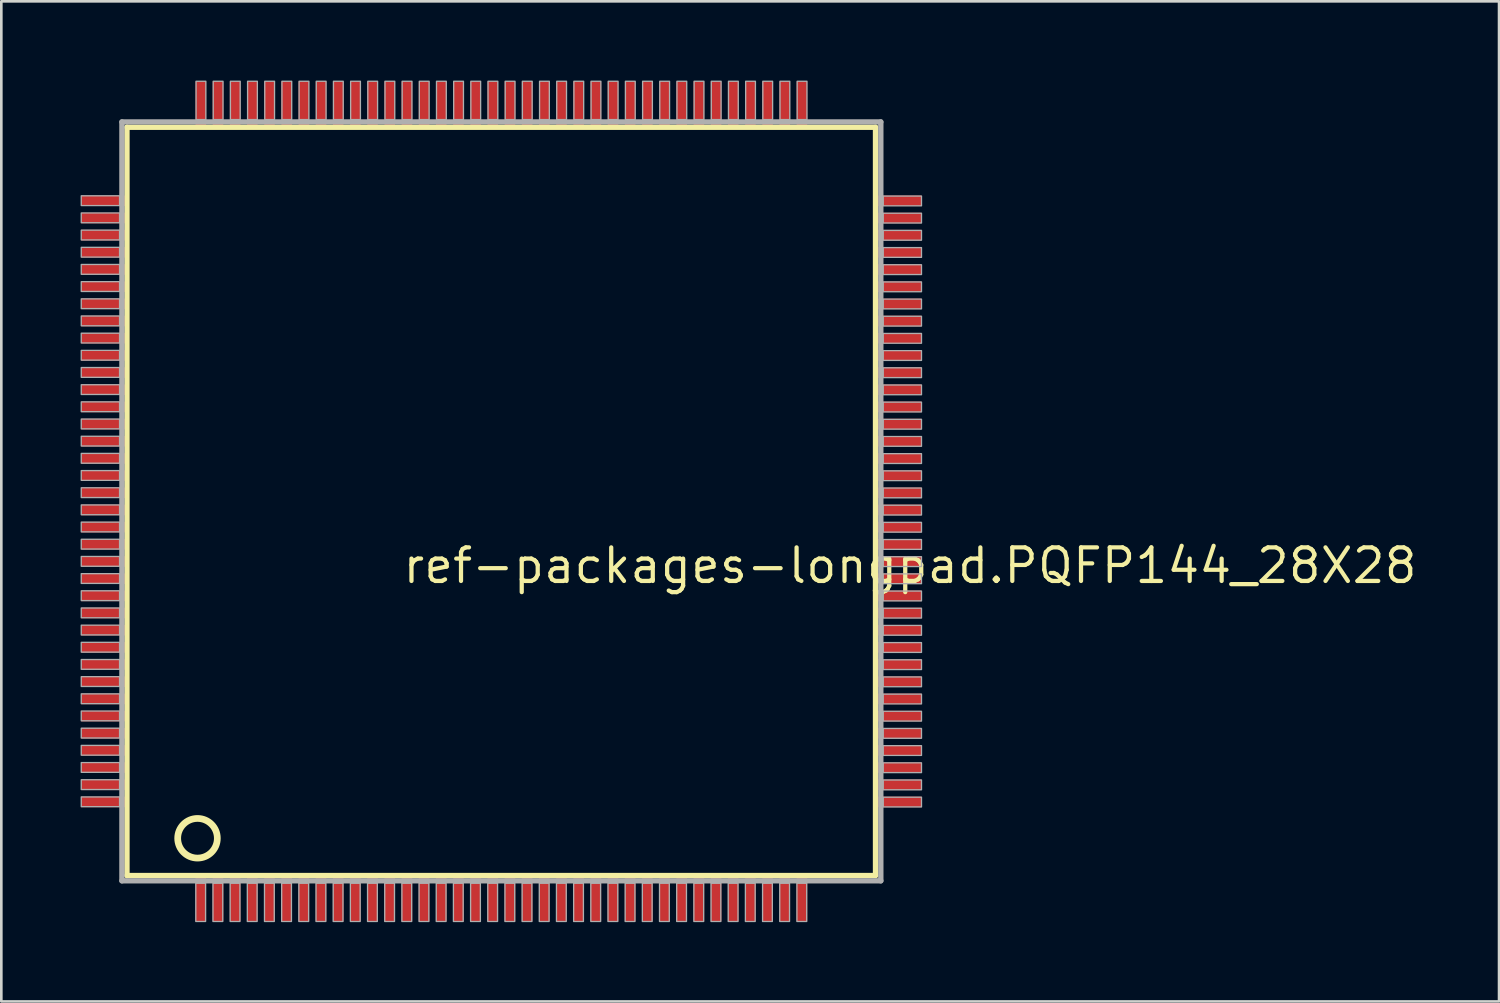
<source format=kicad_pcb>
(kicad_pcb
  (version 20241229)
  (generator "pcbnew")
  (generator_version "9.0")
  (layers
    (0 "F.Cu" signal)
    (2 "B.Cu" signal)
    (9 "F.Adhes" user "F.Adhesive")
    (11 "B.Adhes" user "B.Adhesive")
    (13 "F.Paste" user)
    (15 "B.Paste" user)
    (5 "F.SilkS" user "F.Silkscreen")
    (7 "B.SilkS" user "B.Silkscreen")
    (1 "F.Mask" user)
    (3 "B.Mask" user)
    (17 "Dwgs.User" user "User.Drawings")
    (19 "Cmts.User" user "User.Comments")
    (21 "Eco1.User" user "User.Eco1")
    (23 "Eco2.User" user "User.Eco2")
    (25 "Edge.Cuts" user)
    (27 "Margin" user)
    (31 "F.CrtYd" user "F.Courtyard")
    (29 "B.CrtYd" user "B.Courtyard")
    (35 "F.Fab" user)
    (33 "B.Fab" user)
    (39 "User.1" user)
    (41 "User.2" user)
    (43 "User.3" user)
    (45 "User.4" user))
  (footprint "ref-packages-longpad.PQFP144_28X28"
    (layer "F.Cu")
    (at 15.925 15.925)
    (property "Reference" "ref-packages-longpad.PQFP144_28X28" (at -3.81 3.175 0) (layer "F.SilkS") (effects (font (size 1.27 1.27) (thickness 0.16)) (justify left bottom)))
    (attr smd)
    (fp_line (start -14.17 -14.16) (end 14.16 -14.16) (stroke (width 0.203) (type default)) (layer "F.SilkS"))
    (fp_line (start -14.17 14.16) (end -14.17 -14.16) (stroke (width 0.203) (type default)) (layer "F.SilkS"))
    (fp_line (start 14.16 -14.16) (end 14.16 14.16) (stroke (width 0.203) (type default)) (layer "F.SilkS"))
    (fp_line (start 14.16 14.16) (end -14.17 14.16) (stroke (width 0.203) (type default)) (layer "F.SilkS"))
    (fp_circle (center -11.5 12.75) (end -10.75 12.75) (stroke (width 0.254) (type default)) (fill no) (layer "F.SilkS"))
    (fp_line (start -14.36 -14.36) (end -14.36 14.36) (stroke (width 0.203) (type default)) (layer "F.Fab"))
    (fp_line (start -14.36 14.36) (end 14.36 14.36) (stroke (width 0.203) (type default)) (layer "F.Fab"))
    (fp_line (start 14.36 -14.36) (end -14.36 -14.36) (stroke (width 0.203) (type default)) (layer "F.Fab"))
    (fp_line (start 14.36 14.36) (end 14.36 -14.36) (stroke (width 0.203) (type default)) (layer "F.Fab"))
    (fp_rect (start -15.9 -11.195) (end -14.45 -11.565) (stroke (width 0.05) (type default)) (fill no) (layer "F.Fab"))
    (fp_rect (start -15.9 -10.545) (end -14.45 -10.915) (stroke (width 0.05) (type default)) (fill no) (layer "F.Fab"))
    (fp_rect (start -15.9 -9.895) (end -14.45 -10.265) (stroke (width 0.05) (type default)) (fill no) (layer "F.Fab"))
    (fp_rect (start -15.9 -9.245) (end -14.45 -9.615) (stroke (width 0.05) (type default)) (fill no) (layer "F.Fab"))
    (fp_rect (start -15.9 -8.595) (end -14.45 -8.965) (stroke (width 0.05) (type default)) (fill no) (layer "F.Fab"))
    (fp_rect (start -15.9 -7.945) (end -14.45 -8.315) (stroke (width 0.05) (type default)) (fill no) (layer "F.Fab"))
    (fp_rect (start -15.9 -7.295) (end -14.45 -7.665) (stroke (width 0.05) (type default)) (fill no) (layer "F.Fab"))
    (fp_rect (start -15.9 -6.645) (end -14.45 -7.015) (stroke (width 0.05) (type default)) (fill no) (layer "F.Fab"))
    (fp_rect (start -15.9 -5.995) (end -14.45 -6.365) (stroke (width 0.05) (type default)) (fill no) (layer "F.Fab"))
    (fp_rect (start -15.9 -5.345) (end -14.45 -5.715) (stroke (width 0.05) (type default)) (fill no) (layer "F.Fab"))
    (fp_rect (start -15.9 -4.695) (end -14.45 -5.065) (stroke (width 0.05) (type default)) (fill no) (layer "F.Fab"))
    (fp_rect (start -15.9 -4.045) (end -14.45 -4.415) (stroke (width 0.05) (type default)) (fill no) (layer "F.Fab"))
    (fp_rect (start -15.9 -3.395) (end -14.45 -3.765) (stroke (width 0.05) (type default)) (fill no) (layer "F.Fab"))
    (fp_rect (start -15.9 -2.745) (end -14.45 -3.115) (stroke (width 0.05) (type default)) (fill no) (layer "F.Fab"))
    (fp_rect (start -15.9 -2.095) (end -14.45 -2.465) (stroke (width 0.05) (type default)) (fill no) (layer "F.Fab"))
    (fp_rect (start -15.9 -1.445) (end -14.45 -1.815) (stroke (width 0.05) (type default)) (fill no) (layer "F.Fab"))
    (fp_rect (start -15.9 -0.795) (end -14.45 -1.165) (stroke (width 0.05) (type default)) (fill no) (layer "F.Fab"))
    (fp_rect (start -15.9 -0.145) (end -14.45 -0.515) (stroke (width 0.05) (type default)) (fill no) (layer "F.Fab"))
    (fp_rect (start -15.9 0.505) (end -14.45 0.135) (stroke (width 0.05) (type default)) (fill no) (layer "F.Fab"))
    (fp_rect (start -15.9 1.155) (end -14.45 0.785) (stroke (width 0.05) (type default)) (fill no) (layer "F.Fab"))
    (fp_rect (start -15.9 1.805) (end -14.45 1.435) (stroke (width 0.05) (type default)) (fill no) (layer "F.Fab"))
    (fp_rect (start -15.9 2.455) (end -14.45 2.085) (stroke (width 0.05) (type default)) (fill no) (layer "F.Fab"))
    (fp_rect (start -15.9 3.105) (end -14.45 2.735) (stroke (width 0.05) (type default)) (fill no) (layer "F.Fab"))
    (fp_rect (start -15.9 3.755) (end -14.45 3.385) (stroke (width 0.05) (type default)) (fill no) (layer "F.Fab"))
    (fp_rect (start -15.9 4.405) (end -14.45 4.035) (stroke (width 0.05) (type default)) (fill no) (layer "F.Fab"))
    (fp_rect (start -15.9 5.055) (end -14.45 4.685) (stroke (width 0.05) (type default)) (fill no) (layer "F.Fab"))
    (fp_rect (start -15.9 5.705) (end -14.45 5.335) (stroke (width 0.05) (type default)) (fill no) (layer "F.Fab"))
    (fp_rect (start -15.9 6.355) (end -14.45 5.985) (stroke (width 0.05) (type default)) (fill no) (layer "F.Fab"))
    (fp_rect (start -15.9 7.005) (end -14.45 6.635) (stroke (width 0.05) (type default)) (fill no) (layer "F.Fab"))
    (fp_rect (start -15.9 7.655) (end -14.45 7.285) (stroke (width 0.05) (type default)) (fill no) (layer "F.Fab"))
    (fp_rect (start -15.9 8.305) (end -14.45 7.935) (stroke (width 0.05) (type default)) (fill no) (layer "F.Fab"))
    (fp_rect (start -15.9 8.955) (end -14.45 8.585) (stroke (width 0.05) (type default)) (fill no) (layer "F.Fab"))
    (fp_rect (start -15.9 9.605) (end -14.45 9.235) (stroke (width 0.05) (type default)) (fill no) (layer "F.Fab"))
    (fp_rect (start -15.9 10.255) (end -14.45 9.885) (stroke (width 0.05) (type default)) (fill no) (layer "F.Fab"))
    (fp_rect (start -15.9 10.905) (end -14.45 10.535) (stroke (width 0.05) (type default)) (fill no) (layer "F.Fab"))
    (fp_rect (start -15.9 11.555) (end -14.45 11.185) (stroke (width 0.05) (type default)) (fill no) (layer "F.Fab"))
    (fp_rect (start -11.565 15.9) (end -11.195 14.45) (stroke (width 0.05) (type default)) (fill no) (layer "F.Fab"))
    (fp_rect (start -11.555 -14.45) (end -11.185 -15.9) (stroke (width 0.05) (type default)) (fill no) (layer "F.Fab"))
    (fp_rect (start -10.915 15.9) (end -10.545 14.45) (stroke (width 0.05) (type default)) (fill no) (layer "F.Fab"))
    (fp_rect (start -10.905 -14.45) (end -10.535 -15.9) (stroke (width 0.05) (type default)) (fill no) (layer "F.Fab"))
    (fp_rect (start -10.265 15.9) (end -9.895 14.45) (stroke (width 0.05) (type default)) (fill no) (layer "F.Fab"))
    (fp_rect (start -10.255 -14.45) (end -9.885 -15.9) (stroke (width 0.05) (type default)) (fill no) (layer "F.Fab"))
    (fp_rect (start -9.615 15.9) (end -9.245 14.45) (stroke (width 0.05) (type default)) (fill no) (layer "F.Fab"))
    (fp_rect (start -9.605 -14.45) (end -9.235 -15.9) (stroke (width 0.05) (type default)) (fill no) (layer "F.Fab"))
    (fp_rect (start -8.965 15.9) (end -8.595 14.45) (stroke (width 0.05) (type default)) (fill no) (layer "F.Fab"))
    (fp_rect (start -8.955 -14.45) (end -8.585 -15.9) (stroke (width 0.05) (type default)) (fill no) (layer "F.Fab"))
    (fp_rect (start -8.315 15.9) (end -7.945 14.45) (stroke (width 0.05) (type default)) (fill no) (layer "F.Fab"))
    (fp_rect (start -8.305 -14.45) (end -7.935 -15.9) (stroke (width 0.05) (type default)) (fill no) (layer "F.Fab"))
    (fp_rect (start -7.665 15.9) (end -7.295 14.45) (stroke (width 0.05) (type default)) (fill no) (layer "F.Fab"))
    (fp_rect (start -7.655 -14.45) (end -7.285 -15.9) (stroke (width 0.05) (type default)) (fill no) (layer "F.Fab"))
    (fp_rect (start -7.015 15.9) (end -6.645 14.45) (stroke (width 0.05) (type default)) (fill no) (layer "F.Fab"))
    (fp_rect (start -7.005 -14.45) (end -6.635 -15.9) (stroke (width 0.05) (type default)) (fill no) (layer "F.Fab"))
    (fp_rect (start -6.365 15.9) (end -5.995 14.45) (stroke (width 0.05) (type default)) (fill no) (layer "F.Fab"))
    (fp_rect (start -6.355 -14.45) (end -5.985 -15.9) (stroke (width 0.05) (type default)) (fill no) (layer "F.Fab"))
    (fp_rect (start -5.715 15.9) (end -5.345 14.45) (stroke (width 0.05) (type default)) (fill no) (layer "F.Fab"))
    (fp_rect (start -5.705 -14.45) (end -5.335 -15.9) (stroke (width 0.05) (type default)) (fill no) (layer "F.Fab"))
    (fp_rect (start -5.065 15.9) (end -4.695 14.45) (stroke (width 0.05) (type default)) (fill no) (layer "F.Fab"))
    (fp_rect (start -5.055 -14.45) (end -4.685 -15.9) (stroke (width 0.05) (type default)) (fill no) (layer "F.Fab"))
    (fp_rect (start -4.415 15.9) (end -4.045 14.45) (stroke (width 0.05) (type default)) (fill no) (layer "F.Fab"))
    (fp_rect (start -4.405 -14.45) (end -4.035 -15.9) (stroke (width 0.05) (type default)) (fill no) (layer "F.Fab"))
    (fp_rect (start -3.765 15.9) (end -3.395 14.45) (stroke (width 0.05) (type default)) (fill no) (layer "F.Fab"))
    (fp_rect (start -3.755 -14.45) (end -3.385 -15.9) (stroke (width 0.05) (type default)) (fill no) (layer "F.Fab"))
    (fp_rect (start -3.115 15.9) (end -2.745 14.45) (stroke (width 0.05) (type default)) (fill no) (layer "F.Fab"))
    (fp_rect (start -3.105 -14.45) (end -2.735 -15.9) (stroke (width 0.05) (type default)) (fill no) (layer "F.Fab"))
    (fp_rect (start -2.465 15.9) (end -2.095 14.45) (stroke (width 0.05) (type default)) (fill no) (layer "F.Fab"))
    (fp_rect (start -2.455 -14.45) (end -2.085 -15.9) (stroke (width 0.05) (type default)) (fill no) (layer "F.Fab"))
    (fp_rect (start -1.815 15.9) (end -1.445 14.45) (stroke (width 0.05) (type default)) (fill no) (layer "F.Fab"))
    (fp_rect (start -1.805 -14.45) (end -1.435 -15.9) (stroke (width 0.05) (type default)) (fill no) (layer "F.Fab"))
    (fp_rect (start -1.165 15.9) (end -0.795 14.45) (stroke (width 0.05) (type default)) (fill no) (layer "F.Fab"))
    (fp_rect (start -1.155 -14.45) (end -0.785 -15.9) (stroke (width 0.05) (type default)) (fill no) (layer "F.Fab"))
    (fp_rect (start -0.515 15.9) (end -0.145 14.45) (stroke (width 0.05) (type default)) (fill no) (layer "F.Fab"))
    (fp_rect (start -0.505 -14.45) (end -0.135 -15.9) (stroke (width 0.05) (type default)) (fill no) (layer "F.Fab"))
    (fp_rect (start 0.135 15.9) (end 0.505 14.45) (stroke (width 0.05) (type default)) (fill no) (layer "F.Fab"))
    (fp_rect (start 0.145 -14.45) (end 0.515 -15.9) (stroke (width 0.05) (type default)) (fill no) (layer "F.Fab"))
    (fp_rect (start 0.785 15.9) (end 1.155 14.45) (stroke (width 0.05) (type default)) (fill no) (layer "F.Fab"))
    (fp_rect (start 0.795 -14.45) (end 1.165 -15.9) (stroke (width 0.05) (type default)) (fill no) (layer "F.Fab"))
    (fp_rect (start 1.435 15.9) (end 1.805 14.45) (stroke (width 0.05) (type default)) (fill no) (layer "F.Fab"))
    (fp_rect (start 1.445 -14.45) (end 1.815 -15.9) (stroke (width 0.05) (type default)) (fill no) (layer "F.Fab"))
    (fp_rect (start 2.085 15.9) (end 2.455 14.45) (stroke (width 0.05) (type default)) (fill no) (layer "F.Fab"))
    (fp_rect (start 2.095 -14.45) (end 2.465 -15.9) (stroke (width 0.05) (type default)) (fill no) (layer "F.Fab"))
    (fp_rect (start 2.735 15.9) (end 3.105 14.45) (stroke (width 0.05) (type default)) (fill no) (layer "F.Fab"))
    (fp_rect (start 2.745 -14.45) (end 3.115 -15.9) (stroke (width 0.05) (type default)) (fill no) (layer "F.Fab"))
    (fp_rect (start 3.385 15.9) (end 3.755 14.45) (stroke (width 0.05) (type default)) (fill no) (layer "F.Fab"))
    (fp_rect (start 3.395 -14.45) (end 3.765 -15.9) (stroke (width 0.05) (type default)) (fill no) (layer "F.Fab"))
    (fp_rect (start 4.035 15.9) (end 4.405 14.45) (stroke (width 0.05) (type default)) (fill no) (layer "F.Fab"))
    (fp_rect (start 4.045 -14.45) (end 4.415 -15.9) (stroke (width 0.05) (type default)) (fill no) (layer "F.Fab"))
    (fp_rect (start 4.685 15.9) (end 5.055 14.45) (stroke (width 0.05) (type default)) (fill no) (layer "F.Fab"))
    (fp_rect (start 4.695 -14.45) (end 5.065 -15.9) (stroke (width 0.05) (type default)) (fill no) (layer "F.Fab"))
    (fp_rect (start 5.335 15.9) (end 5.705 14.45) (stroke (width 0.05) (type default)) (fill no) (layer "F.Fab"))
    (fp_rect (start 5.345 -14.45) (end 5.715 -15.9) (stroke (width 0.05) (type default)) (fill no) (layer "F.Fab"))
    (fp_rect (start 5.985 15.9) (end 6.355 14.45) (stroke (width 0.05) (type default)) (fill no) (layer "F.Fab"))
    (fp_rect (start 5.995 -14.45) (end 6.365 -15.9) (stroke (width 0.05) (type default)) (fill no) (layer "F.Fab"))
    (fp_rect (start 6.635 15.9) (end 7.005 14.45) (stroke (width 0.05) (type default)) (fill no) (layer "F.Fab"))
    (fp_rect (start 6.645 -14.45) (end 7.015 -15.9) (stroke (width 0.05) (type default)) (fill no) (layer "F.Fab"))
    (fp_rect (start 7.285 15.9) (end 7.655 14.45) (stroke (width 0.05) (type default)) (fill no) (layer "F.Fab"))
    (fp_rect (start 7.295 -14.45) (end 7.665 -15.9) (stroke (width 0.05) (type default)) (fill no) (layer "F.Fab"))
    (fp_rect (start 7.935 15.9) (end 8.305 14.45) (stroke (width 0.05) (type default)) (fill no) (layer "F.Fab"))
    (fp_rect (start 7.945 -14.45) (end 8.315 -15.9) (stroke (width 0.05) (type default)) (fill no) (layer "F.Fab"))
    (fp_rect (start 8.585 15.9) (end 8.955 14.45) (stroke (width 0.05) (type default)) (fill no) (layer "F.Fab"))
    (fp_rect (start 8.595 -14.45) (end 8.965 -15.9) (stroke (width 0.05) (type default)) (fill no) (layer "F.Fab"))
    (fp_rect (start 9.235 15.9) (end 9.605 14.45) (stroke (width 0.05) (type default)) (fill no) (layer "F.Fab"))
    (fp_rect (start 9.245 -14.45) (end 9.615 -15.9) (stroke (width 0.05) (type default)) (fill no) (layer "F.Fab"))
    (fp_rect (start 9.885 15.9) (end 10.255 14.45) (stroke (width 0.05) (type default)) (fill no) (layer "F.Fab"))
    (fp_rect (start 9.895 -14.45) (end 10.265 -15.9) (stroke (width 0.05) (type default)) (fill no) (layer "F.Fab"))
    (fp_rect (start 10.535 15.9) (end 10.905 14.45) (stroke (width 0.05) (type default)) (fill no) (layer "F.Fab"))
    (fp_rect (start 10.545 -14.45) (end 10.915 -15.9) (stroke (width 0.05) (type default)) (fill no) (layer "F.Fab"))
    (fp_rect (start 11.185 15.9) (end 11.555 14.45) (stroke (width 0.05) (type default)) (fill no) (layer "F.Fab"))
    (fp_rect (start 11.195 -14.45) (end 11.565 -15.9) (stroke (width 0.05) (type default)) (fill no) (layer "F.Fab"))
    (fp_rect (start 14.45 -11.185) (end 15.9 -11.555) (stroke (width 0.05) (type default)) (fill no) (layer "F.Fab"))
    (fp_rect (start 14.45 -10.535) (end 15.9 -10.905) (stroke (width 0.05) (type default)) (fill no) (layer "F.Fab"))
    (fp_rect (start 14.45 -9.885) (end 15.9 -10.255) (stroke (width 0.05) (type default)) (fill no) (layer "F.Fab"))
    (fp_rect (start 14.45 -9.235) (end 15.9 -9.605) (stroke (width 0.05) (type default)) (fill no) (layer "F.Fab"))
    (fp_rect (start 14.45 -8.585) (end 15.9 -8.955) (stroke (width 0.05) (type default)) (fill no) (layer "F.Fab"))
    (fp_rect (start 14.45 -7.935) (end 15.9 -8.305) (stroke (width 0.05) (type default)) (fill no) (layer "F.Fab"))
    (fp_rect (start 14.45 -7.285) (end 15.9 -7.655) (stroke (width 0.05) (type default)) (fill no) (layer "F.Fab"))
    (fp_rect (start 14.45 -6.635) (end 15.9 -7.005) (stroke (width 0.05) (type default)) (fill no) (layer "F.Fab"))
    (fp_rect (start 14.45 -5.985) (end 15.9 -6.355) (stroke (width 0.05) (type default)) (fill no) (layer "F.Fab"))
    (fp_rect (start 14.45 -5.335) (end 15.9 -5.705) (stroke (width 0.05) (type default)) (fill no) (layer "F.Fab"))
    (fp_rect (start 14.45 -4.685) (end 15.9 -5.055) (stroke (width 0.05) (type default)) (fill no) (layer "F.Fab"))
    (fp_rect (start 14.45 -4.035) (end 15.9 -4.405) (stroke (width 0.05) (type default)) (fill no) (layer "F.Fab"))
    (fp_rect (start 14.45 -3.385) (end 15.9 -3.755) (stroke (width 0.05) (type default)) (fill no) (layer "F.Fab"))
    (fp_rect (start 14.45 -2.735) (end 15.9 -3.105) (stroke (width 0.05) (type default)) (fill no) (layer "F.Fab"))
    (fp_rect (start 14.45 -2.085) (end 15.9 -2.455) (stroke (width 0.05) (type default)) (fill no) (layer "F.Fab"))
    (fp_rect (start 14.45 -1.435) (end 15.9 -1.805) (stroke (width 0.05) (type default)) (fill no) (layer "F.Fab"))
    (fp_rect (start 14.45 -0.785) (end 15.9 -1.155) (stroke (width 0.05) (type default)) (fill no) (layer "F.Fab"))
    (fp_rect (start 14.45 -0.135) (end 15.9 -0.505) (stroke (width 0.05) (type default)) (fill no) (layer "F.Fab"))
    (fp_rect (start 14.45 0.515) (end 15.9 0.145) (stroke (width 0.05) (type default)) (fill no) (layer "F.Fab"))
    (fp_rect (start 14.45 1.165) (end 15.9 0.795) (stroke (width 0.05) (type default)) (fill no) (layer "F.Fab"))
    (fp_rect (start 14.45 1.815) (end 15.9 1.445) (stroke (width 0.05) (type default)) (fill no) (layer "F.Fab"))
    (fp_rect (start 14.45 2.465) (end 15.9 2.095) (stroke (width 0.05) (type default)) (fill no) (layer "F.Fab"))
    (fp_rect (start 14.45 3.115) (end 15.9 2.745) (stroke (width 0.05) (type default)) (fill no) (layer "F.Fab"))
    (fp_rect (start 14.45 3.765) (end 15.9 3.395) (stroke (width 0.05) (type default)) (fill no) (layer "F.Fab"))
    (fp_rect (start 14.45 4.415) (end 15.9 4.045) (stroke (width 0.05) (type default)) (fill no) (layer "F.Fab"))
    (fp_rect (start 14.45 5.065) (end 15.9 4.695) (stroke (width 0.05) (type default)) (fill no) (layer "F.Fab"))
    (fp_rect (start 14.45 5.715) (end 15.9 5.345) (stroke (width 0.05) (type default)) (fill no) (layer "F.Fab"))
    (fp_rect (start 14.45 6.365) (end 15.9 5.995) (stroke (width 0.05) (type default)) (fill no) (layer "F.Fab"))
    (fp_rect (start 14.45 7.015) (end 15.9 6.645) (stroke (width 0.05) (type default)) (fill no) (layer "F.Fab"))
    (fp_rect (start 14.45 7.665) (end 15.9 7.295) (stroke (width 0.05) (type default)) (fill no) (layer "F.Fab"))
    (fp_rect (start 14.45 8.315) (end 15.9 7.945) (stroke (width 0.05) (type default)) (fill no) (layer "F.Fab"))
    (fp_rect (start 14.45 8.965) (end 15.9 8.595) (stroke (width 0.05) (type default)) (fill no) (layer "F.Fab"))
    (fp_rect (start 14.45 9.615) (end 15.9 9.245) (stroke (width 0.05) (type default)) (fill no) (layer "F.Fab"))
    (fp_rect (start 14.45 10.265) (end 15.9 9.895) (stroke (width 0.05) (type default)) (fill no) (layer "F.Fab"))
    (fp_rect (start 14.45 10.915) (end 15.9 10.545) (stroke (width 0.05) (type default)) (fill no) (layer "F.Fab"))
    (fp_rect (start 14.45 11.565) (end 15.9 11.195) (stroke (width 0.05) (type default)) (fill no) (layer "F.Fab"))
    (pad "1" smd roundrect (at -11.375 15) (size 0.4 1.8) (layers "F.Cu" "F.Mask" "F.Paste") (roundrect_rratio 0.01))
    (pad "2" smd roundrect (at -10.725 15) (size 0.4 1.8) (layers "F.Cu" "F.Mask" "F.Paste") (roundrect_rratio 0.01))
    (pad "3" smd roundrect (at -10.075 15) (size 0.4 1.8) (layers "F.Cu" "F.Mask" "F.Paste") (roundrect_rratio 0.01))
    (pad "4" smd roundrect (at -9.425 15) (size 0.4 1.8) (layers "F.Cu" "F.Mask" "F.Paste") (roundrect_rratio 0.01))
    (pad "5" smd roundrect (at -8.775 15) (size 0.4 1.8) (layers "F.Cu" "F.Mask" "F.Paste") (roundrect_rratio 0.01))
    (pad "6" smd roundrect (at -8.125 15) (size 0.4 1.8) (layers "F.Cu" "F.Mask" "F.Paste") (roundrect_rratio 0.01))
    (pad "7" smd roundrect (at -7.475 15) (size 0.4 1.8) (layers "F.Cu" "F.Mask" "F.Paste") (roundrect_rratio 0.01))
    (pad "8" smd roundrect (at -6.825 15) (size 0.4 1.8) (layers "F.Cu" "F.Mask" "F.Paste") (roundrect_rratio 0.01))
    (pad "9" smd roundrect (at -6.175 15) (size 0.4 1.8) (layers "F.Cu" "F.Mask" "F.Paste") (roundrect_rratio 0.01))
    (pad "10" smd roundrect (at -5.525 15) (size 0.4 1.8) (layers "F.Cu" "F.Mask" "F.Paste") (roundrect_rratio 0.01))
    (pad "11" smd roundrect (at -4.875 15) (size 0.4 1.8) (layers "F.Cu" "F.Mask" "F.Paste") (roundrect_rratio 0.01))
    (pad "12" smd roundrect (at -4.225 15) (size 0.4 1.8) (layers "F.Cu" "F.Mask" "F.Paste") (roundrect_rratio 0.01))
    (pad "13" smd roundrect (at -3.575 15) (size 0.4 1.8) (layers "F.Cu" "F.Mask" "F.Paste") (roundrect_rratio 0.01))
    (pad "14" smd roundrect (at -2.925 15) (size 0.4 1.8) (layers "F.Cu" "F.Mask" "F.Paste") (roundrect_rratio 0.01))
    (pad "15" smd roundrect (at -2.275 15) (size 0.4 1.8) (layers "F.Cu" "F.Mask" "F.Paste") (roundrect_rratio 0.01))
    (pad "16" smd roundrect (at -1.625 15) (size 0.4 1.8) (layers "F.Cu" "F.Mask" "F.Paste") (roundrect_rratio 0.01))
    (pad "17" smd roundrect (at -0.975 15) (size 0.4 1.8) (layers "F.Cu" "F.Mask" "F.Paste") (roundrect_rratio 0.01))
    (pad "18" smd roundrect (at -0.325 15) (size 0.4 1.8) (layers "F.Cu" "F.Mask" "F.Paste") (roundrect_rratio 0.01))
    (pad "19" smd roundrect (at 0.325 15) (size 0.4 1.8) (layers "F.Cu" "F.Mask" "F.Paste") (roundrect_rratio 0.01))
    (pad "20" smd roundrect (at 0.975 15) (size 0.4 1.8) (layers "F.Cu" "F.Mask" "F.Paste") (roundrect_rratio 0.01))
    (pad "21" smd roundrect (at 1.625 15) (size 0.4 1.8) (layers "F.Cu" "F.Mask" "F.Paste") (roundrect_rratio 0.01))
    (pad "22" smd roundrect (at 2.275 15) (size 0.4 1.8) (layers "F.Cu" "F.Mask" "F.Paste") (roundrect_rratio 0.01))
    (pad "23" smd roundrect (at 2.925 15) (size 0.4 1.8) (layers "F.Cu" "F.Mask" "F.Paste") (roundrect_rratio 0.01))
    (pad "24" smd roundrect (at 3.575 15) (size 0.4 1.8) (layers "F.Cu" "F.Mask" "F.Paste") (roundrect_rratio 0.01))
    (pad "25" smd roundrect (at 4.225 15) (size 0.4 1.8) (layers "F.Cu" "F.Mask" "F.Paste") (roundrect_rratio 0.01))
    (pad "26" smd roundrect (at 4.875 15) (size 0.4 1.8) (layers "F.Cu" "F.Mask" "F.Paste") (roundrect_rratio 0.01))
    (pad "27" smd roundrect (at 5.525 15) (size 0.4 1.8) (layers "F.Cu" "F.Mask" "F.Paste") (roundrect_rratio 0.01))
    (pad "28" smd roundrect (at 6.175 15) (size 0.4 1.8) (layers "F.Cu" "F.Mask" "F.Paste") (roundrect_rratio 0.01))
    (pad "29" smd roundrect (at 6.825 15) (size 0.4 1.8) (layers "F.Cu" "F.Mask" "F.Paste") (roundrect_rratio 0.01))
    (pad "30" smd roundrect (at 7.475 15) (size 0.4 1.8) (layers "F.Cu" "F.Mask" "F.Paste") (roundrect_rratio 0.01))
    (pad "31" smd roundrect (at 8.125 15) (size 0.4 1.8) (layers "F.Cu" "F.Mask" "F.Paste") (roundrect_rratio 0.01))
    (pad "32" smd roundrect (at 8.775 15) (size 0.4 1.8) (layers "F.Cu" "F.Mask" "F.Paste") (roundrect_rratio 0.01))
    (pad "33" smd roundrect (at 9.425 15) (size 0.4 1.8) (layers "F.Cu" "F.Mask" "F.Paste") (roundrect_rratio 0.01))
    (pad "34" smd roundrect (at 10.075 15) (size 0.4 1.8) (layers "F.Cu" "F.Mask" "F.Paste") (roundrect_rratio 0.01))
    (pad "35" smd roundrect (at 10.725 15) (size 0.4 1.8) (layers "F.Cu" "F.Mask" "F.Paste") (roundrect_rratio 0.01))
    (pad "36" smd roundrect (at 11.375 15) (size 0.4 1.8) (layers "F.Cu" "F.Mask" "F.Paste") (roundrect_rratio 0.01))
    (pad "37" smd roundrect (at 15 11.375) (size 1.8 0.4) (layers "F.Cu" "F.Mask" "F.Paste") (roundrect_rratio 0.01))
    (pad "38" smd roundrect (at 15 10.725) (size 1.8 0.4) (layers "F.Cu" "F.Mask" "F.Paste") (roundrect_rratio 0.01))
    (pad "39" smd roundrect (at 15 10.075) (size 1.8 0.4) (layers "F.Cu" "F.Mask" "F.Paste") (roundrect_rratio 0.01))
    (pad "40" smd roundrect (at 15 9.425) (size 1.8 0.4) (layers "F.Cu" "F.Mask" "F.Paste") (roundrect_rratio 0.01))
    (pad "41" smd roundrect (at 15 8.775) (size 1.8 0.4) (layers "F.Cu" "F.Mask" "F.Paste") (roundrect_rratio 0.01))
    (pad "42" smd roundrect (at 15 8.125) (size 1.8 0.4) (layers "F.Cu" "F.Mask" "F.Paste") (roundrect_rratio 0.01))
    (pad "43" smd roundrect (at 15 7.475) (size 1.8 0.4) (layers "F.Cu" "F.Mask" "F.Paste") (roundrect_rratio 0.01))
    (pad "44" smd roundrect (at 15 6.825) (size 1.8 0.4) (layers "F.Cu" "F.Mask" "F.Paste") (roundrect_rratio 0.01))
    (pad "45" smd roundrect (at 15 6.175) (size 1.8 0.4) (layers "F.Cu" "F.Mask" "F.Paste") (roundrect_rratio 0.01))
    (pad "46" smd roundrect (at 15 5.525) (size 1.8 0.4) (layers "F.Cu" "F.Mask" "F.Paste") (roundrect_rratio 0.01))
    (pad "47" smd roundrect (at 15 4.875) (size 1.8 0.4) (layers "F.Cu" "F.Mask" "F.Paste") (roundrect_rratio 0.01))
    (pad "48" smd roundrect (at 15 4.225) (size 1.8 0.4) (layers "F.Cu" "F.Mask" "F.Paste") (roundrect_rratio 0.01))
    (pad "49" smd roundrect (at 15 3.575) (size 1.8 0.4) (layers "F.Cu" "F.Mask" "F.Paste") (roundrect_rratio 0.01))
    (pad "50" smd roundrect (at 15 2.925) (size 1.8 0.4) (layers "F.Cu" "F.Mask" "F.Paste") (roundrect_rratio 0.01))
    (pad "51" smd roundrect (at 15 2.275) (size 1.8 0.4) (layers "F.Cu" "F.Mask" "F.Paste") (roundrect_rratio 0.01))
    (pad "52" smd roundrect (at 15 1.625) (size 1.8 0.4) (layers "F.Cu" "F.Mask" "F.Paste") (roundrect_rratio 0.01))
    (pad "53" smd roundrect (at 15 0.975) (size 1.8 0.4) (layers "F.Cu" "F.Mask" "F.Paste") (roundrect_rratio 0.01))
    (pad "54" smd roundrect (at 15 0.325) (size 1.8 0.4) (layers "F.Cu" "F.Mask" "F.Paste") (roundrect_rratio 0.01))
    (pad "55" smd roundrect (at 15 -0.325) (size 1.8 0.4) (layers "F.Cu" "F.Mask" "F.Paste") (roundrect_rratio 0.01))
    (pad "56" smd roundrect (at 15 -0.975) (size 1.8 0.4) (layers "F.Cu" "F.Mask" "F.Paste") (roundrect_rratio 0.01))
    (pad "57" smd roundrect (at 15 -1.625) (size 1.8 0.4) (layers "F.Cu" "F.Mask" "F.Paste") (roundrect_rratio 0.01))
    (pad "58" smd roundrect (at 15 -2.275) (size 1.8 0.4) (layers "F.Cu" "F.Mask" "F.Paste") (roundrect_rratio 0.01))
    (pad "59" smd roundrect (at 15 -2.925) (size 1.8 0.4) (layers "F.Cu" "F.Mask" "F.Paste") (roundrect_rratio 0.01))
    (pad "60" smd roundrect (at 15 -3.575) (size 1.8 0.4) (layers "F.Cu" "F.Mask" "F.Paste") (roundrect_rratio 0.01))
    (pad "61" smd roundrect (at 15 -4.225) (size 1.8 0.4) (layers "F.Cu" "F.Mask" "F.Paste") (roundrect_rratio 0.01))
    (pad "62" smd roundrect (at 15 -4.875) (size 1.8 0.4) (layers "F.Cu" "F.Mask" "F.Paste") (roundrect_rratio 0.01))
    (pad "63" smd roundrect (at 15 -5.525) (size 1.8 0.4) (layers "F.Cu" "F.Mask" "F.Paste") (roundrect_rratio 0.01))
    (pad "64" smd roundrect (at 15 -6.175) (size 1.8 0.4) (layers "F.Cu" "F.Mask" "F.Paste") (roundrect_rratio 0.01))
    (pad "65" smd roundrect (at 15 -6.825) (size 1.8 0.4) (layers "F.Cu" "F.Mask" "F.Paste") (roundrect_rratio 0.01))
    (pad "66" smd roundrect (at 15 -7.475) (size 1.8 0.4) (layers "F.Cu" "F.Mask" "F.Paste") (roundrect_rratio 0.01))
    (pad "67" smd roundrect (at 15 -8.125) (size 1.8 0.4) (layers "F.Cu" "F.Mask" "F.Paste") (roundrect_rratio 0.01))
    (pad "68" smd roundrect (at 15 -8.775) (size 1.8 0.4) (layers "F.Cu" "F.Mask" "F.Paste") (roundrect_rratio 0.01))
    (pad "69" smd roundrect (at 15 -9.425) (size 1.8 0.4) (layers "F.Cu" "F.Mask" "F.Paste") (roundrect_rratio 0.01))
    (pad "70" smd roundrect (at 15 -10.075) (size 1.8 0.4) (layers "F.Cu" "F.Mask" "F.Paste") (roundrect_rratio 0.01))
    (pad "71" smd roundrect (at 15 -10.725) (size 1.8 0.4) (layers "F.Cu" "F.Mask" "F.Paste") (roundrect_rratio 0.01))
    (pad "72" smd roundrect (at 15 -11.375) (size 1.8 0.4) (layers "F.Cu" "F.Mask" "F.Paste") (roundrect_rratio 0.01))
    (pad "73" smd roundrect (at 11.375 -15) (size 0.4 1.8) (layers "F.Cu" "F.Mask" "F.Paste") (roundrect_rratio 0.01))
    (pad "74" smd roundrect (at 10.725 -15) (size 0.4 1.8) (layers "F.Cu" "F.Mask" "F.Paste") (roundrect_rratio 0.01))
    (pad "75" smd roundrect (at 10.075 -15) (size 0.4 1.8) (layers "F.Cu" "F.Mask" "F.Paste") (roundrect_rratio 0.01))
    (pad "76" smd roundrect (at 9.425 -15) (size 0.4 1.8) (layers "F.Cu" "F.Mask" "F.Paste") (roundrect_rratio 0.01))
    (pad "77" smd roundrect (at 8.775 -15) (size 0.4 1.8) (layers "F.Cu" "F.Mask" "F.Paste") (roundrect_rratio 0.01))
    (pad "78" smd roundrect (at 8.125 -15) (size 0.4 1.8) (layers "F.Cu" "F.Mask" "F.Paste") (roundrect_rratio 0.01))
    (pad "79" smd roundrect (at 7.475 -15) (size 0.4 1.8) (layers "F.Cu" "F.Mask" "F.Paste") (roundrect_rratio 0.01))
    (pad "80" smd roundrect (at 6.825 -15) (size 0.4 1.8) (layers "F.Cu" "F.Mask" "F.Paste") (roundrect_rratio 0.01))
    (pad "81" smd roundrect (at 6.175 -15) (size 0.4 1.8) (layers "F.Cu" "F.Mask" "F.Paste") (roundrect_rratio 0.01))
    (pad "82" smd roundrect (at 5.525 -15) (size 0.4 1.8) (layers "F.Cu" "F.Mask" "F.Paste") (roundrect_rratio 0.01))
    (pad "83" smd roundrect (at 4.875 -15) (size 0.4 1.8) (layers "F.Cu" "F.Mask" "F.Paste") (roundrect_rratio 0.01))
    (pad "84" smd roundrect (at 4.225 -15) (size 0.4 1.8) (layers "F.Cu" "F.Mask" "F.Paste") (roundrect_rratio 0.01))
    (pad "85" smd roundrect (at 3.575 -15) (size 0.4 1.8) (layers "F.Cu" "F.Mask" "F.Paste") (roundrect_rratio 0.01))
    (pad "86" smd roundrect (at 2.925 -15) (size 0.4 1.8) (layers "F.Cu" "F.Mask" "F.Paste") (roundrect_rratio 0.01))
    (pad "87" smd roundrect (at 2.275 -15) (size 0.4 1.8) (layers "F.Cu" "F.Mask" "F.Paste") (roundrect_rratio 0.01))
    (pad "88" smd roundrect (at 1.625 -15) (size 0.4 1.8) (layers "F.Cu" "F.Mask" "F.Paste") (roundrect_rratio 0.01))
    (pad "89" smd roundrect (at 0.975 -15) (size 0.4 1.8) (layers "F.Cu" "F.Mask" "F.Paste") (roundrect_rratio 0.01))
    (pad "90" smd roundrect (at 0.325 -15) (size 0.4 1.8) (layers "F.Cu" "F.Mask" "F.Paste") (roundrect_rratio 0.01))
    (pad "91" smd roundrect (at -0.325 -15) (size 0.4 1.8) (layers "F.Cu" "F.Mask" "F.Paste") (roundrect_rratio 0.01))
    (pad "92" smd roundrect (at -0.975 -15) (size 0.4 1.8) (layers "F.Cu" "F.Mask" "F.Paste") (roundrect_rratio 0.01))
    (pad "93" smd roundrect (at -1.625 -15) (size 0.4 1.8) (layers "F.Cu" "F.Mask" "F.Paste") (roundrect_rratio 0.01))
    (pad "94" smd roundrect (at -2.275 -15) (size 0.4 1.8) (layers "F.Cu" "F.Mask" "F.Paste") (roundrect_rratio 0.01))
    (pad "95" smd roundrect (at -2.925 -15) (size 0.4 1.8) (layers "F.Cu" "F.Mask" "F.Paste") (roundrect_rratio 0.01))
    (pad "96" smd roundrect (at -3.575 -15) (size 0.4 1.8) (layers "F.Cu" "F.Mask" "F.Paste") (roundrect_rratio 0.01))
    (pad "97" smd roundrect (at -4.225 -15) (size 0.4 1.8) (layers "F.Cu" "F.Mask" "F.Paste") (roundrect_rratio 0.01))
    (pad "98" smd roundrect (at -4.875 -15) (size 0.4 1.8) (layers "F.Cu" "F.Mask" "F.Paste") (roundrect_rratio 0.01))
    (pad "99" smd roundrect (at -5.525 -15) (size 0.4 1.8) (layers "F.Cu" "F.Mask" "F.Paste") (roundrect_rratio 0.01))
    (pad "100" smd roundrect (at -6.175 -15) (size 0.4 1.8) (layers "F.Cu" "F.Mask" "F.Paste") (roundrect_rratio 0.01))
    (pad "101" smd roundrect (at -6.825 -15) (size 0.4 1.8) (layers "F.Cu" "F.Mask" "F.Paste") (roundrect_rratio 0.01))
    (pad "102" smd roundrect (at -7.475 -15) (size 0.4 1.8) (layers "F.Cu" "F.Mask" "F.Paste") (roundrect_rratio 0.01))
    (pad "103" smd roundrect (at -8.125 -15) (size 0.4 1.8) (layers "F.Cu" "F.Mask" "F.Paste") (roundrect_rratio 0.01))
    (pad "104" smd roundrect (at -8.775 -15) (size 0.4 1.8) (layers "F.Cu" "F.Mask" "F.Paste") (roundrect_rratio 0.01))
    (pad "105" smd roundrect (at -9.425 -15) (size 0.4 1.8) (layers "F.Cu" "F.Mask" "F.Paste") (roundrect_rratio 0.01))
    (pad "106" smd roundrect (at -10.075 -15) (size 0.4 1.8) (layers "F.Cu" "F.Mask" "F.Paste") (roundrect_rratio 0.01))
    (pad "107" smd roundrect (at -10.725 -15) (size 0.4 1.8) (layers "F.Cu" "F.Mask" "F.Paste") (roundrect_rratio 0.01))
    (pad "108" smd roundrect (at -11.375 -15) (size 0.4 1.8) (layers "F.Cu" "F.Mask" "F.Paste") (roundrect_rratio 0.01))
    (pad "109" smd roundrect (at -15 -11.375) (size 1.8 0.4) (layers "F.Cu" "F.Mask" "F.Paste") (roundrect_rratio 0.01))
    (pad "110" smd roundrect (at -15 -10.725) (size 1.8 0.4) (layers "F.Cu" "F.Mask" "F.Paste") (roundrect_rratio 0.01))
    (pad "111" smd roundrect (at -15 -10.075) (size 1.8 0.4) (layers "F.Cu" "F.Mask" "F.Paste") (roundrect_rratio 0.01))
    (pad "112" smd roundrect (at -15 -9.425) (size 1.8 0.4) (layers "F.Cu" "F.Mask" "F.Paste") (roundrect_rratio 0.01))
    (pad "113" smd roundrect (at -15 -8.775) (size 1.8 0.4) (layers "F.Cu" "F.Mask" "F.Paste") (roundrect_rratio 0.01))
    (pad "114" smd roundrect (at -15 -8.125) (size 1.8 0.4) (layers "F.Cu" "F.Mask" "F.Paste") (roundrect_rratio 0.01))
    (pad "115" smd roundrect (at -15 -7.475) (size 1.8 0.4) (layers "F.Cu" "F.Mask" "F.Paste") (roundrect_rratio 0.01))
    (pad "116" smd roundrect (at -15 -6.825) (size 1.8 0.4) (layers "F.Cu" "F.Mask" "F.Paste") (roundrect_rratio 0.01))
    (pad "117" smd roundrect (at -15 -6.175) (size 1.8 0.4) (layers "F.Cu" "F.Mask" "F.Paste") (roundrect_rratio 0.01))
    (pad "118" smd roundrect (at -15 -5.525) (size 1.8 0.4) (layers "F.Cu" "F.Mask" "F.Paste") (roundrect_rratio 0.01))
    (pad "119" smd roundrect (at -15 -4.875) (size 1.8 0.4) (layers "F.Cu" "F.Mask" "F.Paste") (roundrect_rratio 0.01))
    (pad "120" smd roundrect (at -15 -4.225) (size 1.8 0.4) (layers "F.Cu" "F.Mask" "F.Paste") (roundrect_rratio 0.01))
    (pad "121" smd roundrect (at -15 -3.575) (size 1.8 0.4) (layers "F.Cu" "F.Mask" "F.Paste") (roundrect_rratio 0.01))
    (pad "122" smd roundrect (at -15 -2.925) (size 1.8 0.4) (layers "F.Cu" "F.Mask" "F.Paste") (roundrect_rratio 0.01))
    (pad "123" smd roundrect (at -15 -2.275) (size 1.8 0.4) (layers "F.Cu" "F.Mask" "F.Paste") (roundrect_rratio 0.01))
    (pad "124" smd roundrect (at -15 -1.625) (size 1.8 0.4) (layers "F.Cu" "F.Mask" "F.Paste") (roundrect_rratio 0.01))
    (pad "125" smd roundrect (at -15 -0.975) (size 1.8 0.4) (layers "F.Cu" "F.Mask" "F.Paste") (roundrect_rratio 0.01))
    (pad "126" smd roundrect (at -15 -0.325) (size 1.8 0.4) (layers "F.Cu" "F.Mask" "F.Paste") (roundrect_rratio 0.01))
    (pad "127" smd roundrect (at -15 0.325) (size 1.8 0.4) (layers "F.Cu" "F.Mask" "F.Paste") (roundrect_rratio 0.01))
    (pad "128" smd roundrect (at -15 0.975) (size 1.8 0.4) (layers "F.Cu" "F.Mask" "F.Paste") (roundrect_rratio 0.01))
    (pad "129" smd roundrect (at -15 1.625) (size 1.8 0.4) (layers "F.Cu" "F.Mask" "F.Paste") (roundrect_rratio 0.01))
    (pad "130" smd roundrect (at -15 2.275) (size 1.8 0.4) (layers "F.Cu" "F.Mask" "F.Paste") (roundrect_rratio 0.01))
    (pad "131" smd roundrect (at -15 2.925) (size 1.8 0.4) (layers "F.Cu" "F.Mask" "F.Paste") (roundrect_rratio 0.01))
    (pad "132" smd roundrect (at -15 3.575) (size 1.8 0.4) (layers "F.Cu" "F.Mask" "F.Paste") (roundrect_rratio 0.01))
    (pad "133" smd roundrect (at -15 4.225) (size 1.8 0.4) (layers "F.Cu" "F.Mask" "F.Paste") (roundrect_rratio 0.01))
    (pad "134" smd roundrect (at -15 4.875) (size 1.8 0.4) (layers "F.Cu" "F.Mask" "F.Paste") (roundrect_rratio 0.01))
    (pad "135" smd roundrect (at -15 5.525) (size 1.8 0.4) (layers "F.Cu" "F.Mask" "F.Paste") (roundrect_rratio 0.01))
    (pad "136" smd roundrect (at -15 6.175) (size 1.8 0.4) (layers "F.Cu" "F.Mask" "F.Paste") (roundrect_rratio 0.01))
    (pad "137" smd roundrect (at -15 6.825) (size 1.8 0.4) (layers "F.Cu" "F.Mask" "F.Paste") (roundrect_rratio 0.01))
    (pad "138" smd roundrect (at -15 7.475) (size 1.8 0.4) (layers "F.Cu" "F.Mask" "F.Paste") (roundrect_rratio 0.01))
    (pad "139" smd roundrect (at -15 8.125) (size 1.8 0.4) (layers "F.Cu" "F.Mask" "F.Paste") (roundrect_rratio 0.01))
    (pad "140" smd roundrect (at -15 8.775) (size 1.8 0.4) (layers "F.Cu" "F.Mask" "F.Paste") (roundrect_rratio 0.01))
    (pad "141" smd roundrect (at -15 9.425) (size 1.8 0.4) (layers "F.Cu" "F.Mask" "F.Paste") (roundrect_rratio 0.01))
    (pad "142" smd roundrect (at -15 10.075) (size 1.8 0.4) (layers "F.Cu" "F.Mask" "F.Paste") (roundrect_rratio 0.01))
    (pad "143" smd roundrect (at -15 10.725) (size 1.8 0.4) (layers "F.Cu" "F.Mask" "F.Paste") (roundrect_rratio 0.01))
    (pad "144" smd roundrect (at -15 11.375) (size 1.8 0.4) (layers "F.Cu" "F.Mask" "F.Paste") (roundrect_rratio 0.01)))
  (gr_rect
    (start -3 -3)
    (end 53.683 34.85)
    (stroke (width 0.1) (type default))
    (fill no)
    (layer "Edge.Cuts")))
</source>
